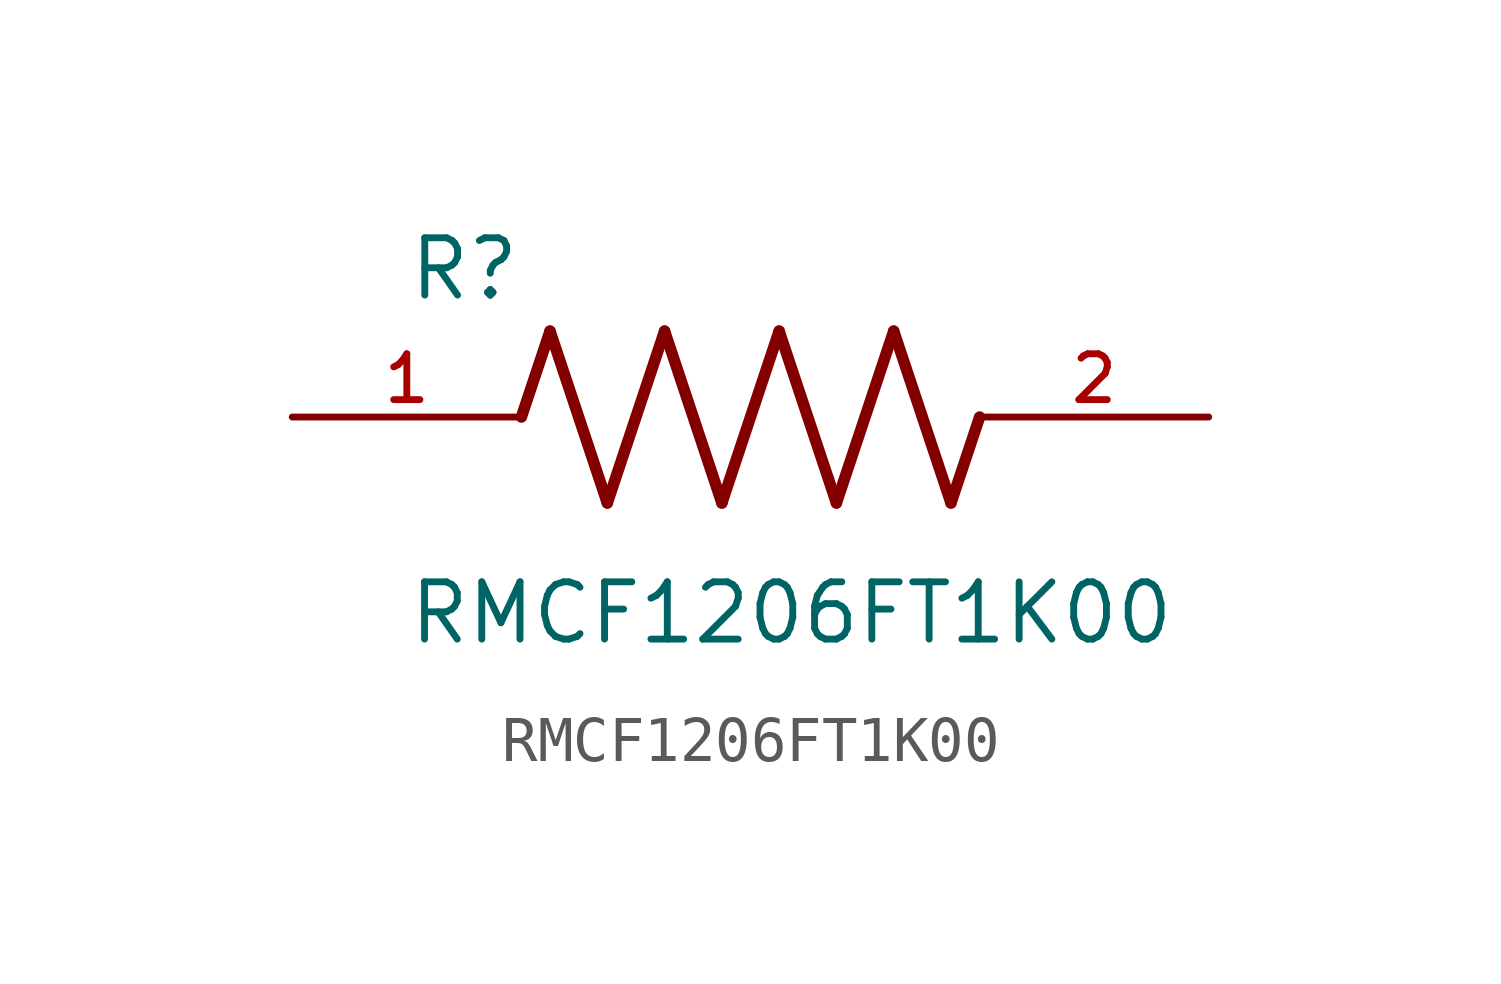
<source format=kicad_sym>
(kicad_symbol_lib
  (version 20211014)
  (generator kicad_symbol_editor)
  (symbol "RMCF1206FT1K00"
    (pin_names
      (offset 1.016))
    (property "Reference" "R"
      (at -7.624 2.541 0)
      (effects (font (size 1.27 1.27)) (justify bottom left)))
    (property "Value" "RMCF1206FT1K00"
      (at -7.63 -5.087 0)
      (effects (font (size 1.27 1.27)) (justify bottom left)))
    (symbol "RMCF1206FT1K00_0_0"
      (polyline (pts (xy -5.08 0.0) (xy -4.445 1.905)) (stroke (width 0.254)))
      (polyline (pts (xy -4.445 1.905) (xy -3.175 -1.905)) (stroke (width 0.254)))
      (polyline (pts (xy -3.175 -1.905) (xy -1.905 1.905)) (stroke (width 0.254)))
      (polyline (pts (xy -1.905 1.905) (xy -0.635 -1.905)) (stroke (width 0.254)))
      (polyline (pts (xy -0.635 -1.905) (xy 0.635 1.905)) (stroke (width 0.254)))
      (polyline (pts (xy 0.635 1.905) (xy 1.905 -1.905)) (stroke (width 0.254)))
      (polyline (pts (xy 1.905 -1.905) (xy 3.175 1.905)) (stroke (width 0.254)))
      (polyline (pts (xy 3.175 1.905) (xy 4.445 -1.905)) (stroke (width 0.254)))
      (polyline (pts (xy 4.445 -1.905) (xy 5.08 0.0)) (stroke (width 0.254)))
      (pin passive line (at -10.16 0.0 0) (length 5.08) (name "~" (effects (font (size 1.016 1.016)))) (number "1" (effects (font (size 1.016 1.016)))))
      (pin passive line (at 10.16 0.0 180.0) (length 5.08) (name "~" (effects (font (size 1.016 1.016)))) (number "2" (effects (font (size 1.016 1.016))))))))
</source>
